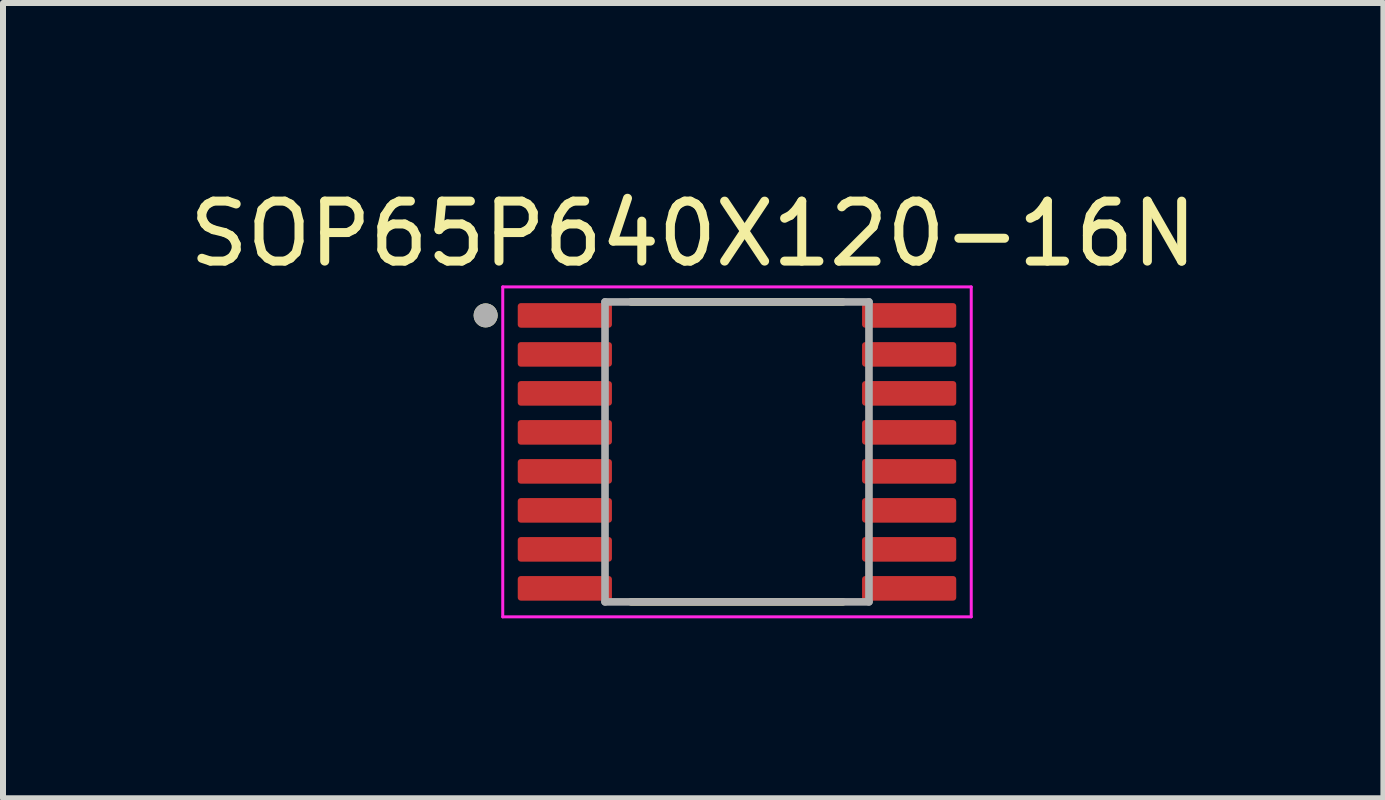
<source format=kicad_pcb>
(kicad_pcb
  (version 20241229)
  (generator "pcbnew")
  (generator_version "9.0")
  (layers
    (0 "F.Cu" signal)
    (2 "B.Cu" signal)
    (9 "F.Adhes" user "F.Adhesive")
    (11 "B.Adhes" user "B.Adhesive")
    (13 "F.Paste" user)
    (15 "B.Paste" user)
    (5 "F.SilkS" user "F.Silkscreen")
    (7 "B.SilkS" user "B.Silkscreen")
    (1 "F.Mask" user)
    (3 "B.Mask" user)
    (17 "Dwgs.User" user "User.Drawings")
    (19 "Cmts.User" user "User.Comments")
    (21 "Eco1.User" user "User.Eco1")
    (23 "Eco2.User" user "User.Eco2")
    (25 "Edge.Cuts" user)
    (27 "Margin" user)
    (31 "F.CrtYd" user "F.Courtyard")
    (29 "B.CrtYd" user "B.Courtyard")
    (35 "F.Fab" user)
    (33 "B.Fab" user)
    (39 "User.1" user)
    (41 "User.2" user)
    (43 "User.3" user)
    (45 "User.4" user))
  (footprint "SOP65P640X120-16N"
    (layer "F.Cu")
    (at 9.236 4.483)
    (property "Reference" "SOP65P640X120-16N" (at -0.73 -3.635 0) (layer "F.SilkS") (effects (font (size 1 1) (thickness 0.15))))
    (attr smd)
    (fp_line (start -1.765 -2.5) (end 1.765 -2.5) (stroke (width 0.127) (type solid)) (layer "F.SilkS"))
    (fp_line (start 1.765 2.5) (end -1.765 2.5) (stroke (width 0.127) (type solid)) (layer "F.SilkS"))
    (fp_circle (center -4.19 -2.275) (end -4.09 -2.275) (stroke (width 0.2) (type solid)) (fill no) (layer "F.SilkS"))
    (fp_line (start -3.905 -2.75) (end -3.905 2.75) (stroke (width 0.05) (type solid)) (layer "F.CrtYd"))
    (fp_line (start -3.905 -2.75) (end 3.905 -2.75) (stroke (width 0.05) (type solid)) (layer "F.CrtYd"))
    (fp_line (start -3.905 2.75) (end 3.905 2.75) (stroke (width 0.05) (type solid)) (layer "F.CrtYd"))
    (fp_line (start 3.905 -2.75) (end 3.905 2.75) (stroke (width 0.05) (type solid)) (layer "F.CrtYd"))
    (fp_line (start -2.2 -2.5) (end -2.2 2.5) (stroke (width 0.127) (type solid)) (layer "F.Fab"))
    (fp_line (start -2.2 -2.5) (end 2.2 -2.5) (stroke (width 0.127) (type solid)) (layer "F.Fab"))
    (fp_line (start -2.2 2.5) (end 2.2 2.5) (stroke (width 0.127) (type solid)) (layer "F.Fab"))
    (fp_line (start 2.2 -2.5) (end 2.2 2.5) (stroke (width 0.127) (type solid)) (layer "F.Fab"))
    (fp_circle (center -4.19 -2.275) (end -4.09 -2.275) (stroke (width 0.2) (type solid)) (fill no) (layer "F.Fab"))
    (pad "1" smd roundrect (at -2.87 -2.275) (size 1.57 0.41) (layers "F.Cu" "F.Mask" "F.Paste") (roundrect_rratio 0.125))
    (pad "2" smd roundrect (at -2.87 -1.625) (size 1.57 0.41) (layers "F.Cu" "F.Mask" "F.Paste") (roundrect_rratio 0.125))
    (pad "3" smd roundrect (at -2.87 -0.975) (size 1.57 0.41) (layers "F.Cu" "F.Mask" "F.Paste") (roundrect_rratio 0.125))
    (pad "4" smd roundrect (at -2.87 -0.325) (size 1.57 0.41) (layers "F.Cu" "F.Mask" "F.Paste") (roundrect_rratio 0.125))
    (pad "5" smd roundrect (at -2.87 0.325) (size 1.57 0.41) (layers "F.Cu" "F.Mask" "F.Paste") (roundrect_rratio 0.125))
    (pad "6" smd roundrect (at -2.87 0.975) (size 1.57 0.41) (layers "F.Cu" "F.Mask" "F.Paste") (roundrect_rratio 0.125))
    (pad "7" smd roundrect (at -2.87 1.625) (size 1.57 0.41) (layers "F.Cu" "F.Mask" "F.Paste") (roundrect_rratio 0.125))
    (pad "8" smd roundrect (at -2.87 2.275) (size 1.57 0.41) (layers "F.Cu" "F.Mask" "F.Paste") (roundrect_rratio 0.125))
    (pad "9" smd roundrect (at 2.87 2.275) (size 1.57 0.41) (layers "F.Cu" "F.Mask" "F.Paste") (roundrect_rratio 0.125))
    (pad "10" smd roundrect (at 2.87 1.625) (size 1.57 0.41) (layers "F.Cu" "F.Mask" "F.Paste") (roundrect_rratio 0.125))
    (pad "11" smd roundrect (at 2.87 0.975) (size 1.57 0.41) (layers "F.Cu" "F.Mask" "F.Paste") (roundrect_rratio 0.125))
    (pad "12" smd roundrect (at 2.87 0.325) (size 1.57 0.41) (layers "F.Cu" "F.Mask" "F.Paste") (roundrect_rratio 0.125))
    (pad "13" smd roundrect (at 2.87 -0.325) (size 1.57 0.41) (layers "F.Cu" "F.Mask" "F.Paste") (roundrect_rratio 0.125))
    (pad "14" smd roundrect (at 2.87 -0.975) (size 1.57 0.41) (layers "F.Cu" "F.Mask" "F.Paste") (roundrect_rratio 0.125))
    (pad "15" smd roundrect (at 2.87 -1.625) (size 1.57 0.41) (layers "F.Cu" "F.Mask" "F.Paste") (roundrect_rratio 0.125))
    (pad "16" smd roundrect (at 2.87 -2.275) (size 1.57 0.41) (layers "F.Cu" "F.Mask" "F.Paste") (roundrect_rratio 0.125)))
  (gr_rect
    (start -3 -3)
    (end 20.012 10.258)
    (stroke (width 0.1) (type default))
    (fill no)
    (layer "Edge.Cuts")))
</source>
